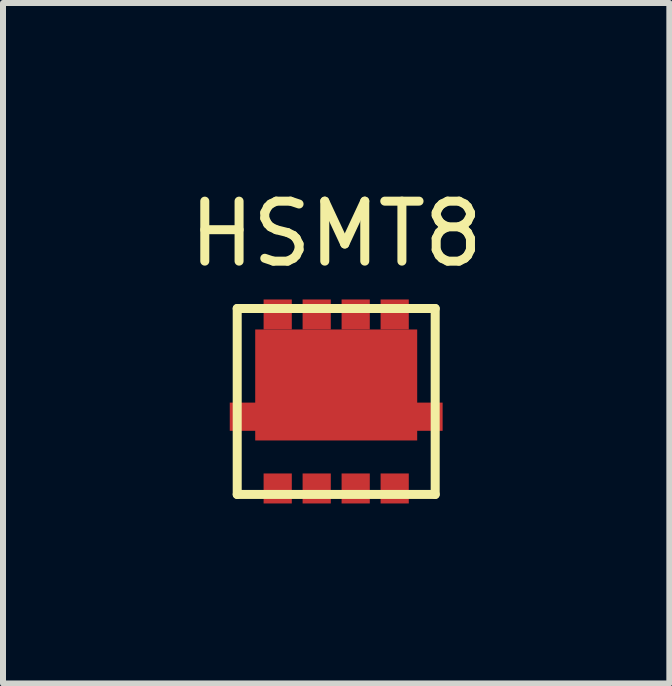
<source format=kicad_pcb>
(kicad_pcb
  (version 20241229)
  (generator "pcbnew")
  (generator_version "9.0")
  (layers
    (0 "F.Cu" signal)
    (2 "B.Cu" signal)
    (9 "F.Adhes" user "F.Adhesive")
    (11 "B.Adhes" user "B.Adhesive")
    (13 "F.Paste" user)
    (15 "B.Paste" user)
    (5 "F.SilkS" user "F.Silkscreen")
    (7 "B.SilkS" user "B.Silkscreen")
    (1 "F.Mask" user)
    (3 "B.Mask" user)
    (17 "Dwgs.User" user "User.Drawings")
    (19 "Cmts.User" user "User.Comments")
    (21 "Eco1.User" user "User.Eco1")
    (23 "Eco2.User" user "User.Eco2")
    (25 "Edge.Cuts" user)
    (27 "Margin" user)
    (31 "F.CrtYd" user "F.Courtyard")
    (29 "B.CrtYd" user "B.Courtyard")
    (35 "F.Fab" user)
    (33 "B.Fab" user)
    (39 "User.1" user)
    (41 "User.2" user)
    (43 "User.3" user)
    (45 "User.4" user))
  (footprint "HSMT8"
    (layer "F.Cu")
    (at 2.554 3.642)
    (property "Reference" "HSMT8" (at 0 -2.794 0) (layer "F.SilkS") (effects (font (size 1 1) (thickness 0.15))))
    (attr through_hole)
    (fp_line (start -1.65 -1.55) (end -1.65 1.55) (stroke (width 0.15) (type solid)) (layer "F.SilkS"))
    (fp_line (start -1.65 1.55) (end 1.65 1.55) (stroke (width 0.15) (type solid)) (layer "F.SilkS"))
    (fp_line (start 1.65 -1.55) (end -1.65 -1.55) (stroke (width 0.15) (type solid)) (layer "F.SilkS"))
    (fp_line (start 1.65 1.55) (end 1.65 -1.55) (stroke (width 0.15) (type solid)) (layer "F.SilkS"))
    (pad "1" smd rect (at -0.975 1.45) (size 0.47 0.5) (layers "F.Cu" "F.Mask" "F.Paste"))
    (pad "2" smd rect (at -0.325 1.45) (size 0.47 0.5) (layers "F.Cu" "F.Mask" "F.Paste"))
    (pad "3" smd rect (at 0.325 1.45) (size 0.47 0.5) (layers "F.Cu" "F.Mask" "F.Paste"))
    (pad "4" smd rect (at 0.975 1.45) (size 0.47 0.5) (layers "F.Cu" "F.Mask" "F.Paste"))
    (pad "5" smd rect (at -1.524 0.254 90) (size 0.47 0.5) (layers "F.Cu" "F.Mask" "F.Paste"))
    (pad "5" smd rect (at -0.975 -1.45) (size 0.47 0.5) (layers "F.Cu" "F.Mask" "F.Paste"))
    (pad "5" smd rect (at -0.325 -1.45) (size 0.47 0.5) (layers "F.Cu" "F.Mask" "F.Paste"))
    (pad "5" smd rect (at 0 -0.275) (size 2.7 1.85) (layers "F.Cu" "F.Mask" "F.Paste"))
    (pad "5" smd rect (at 0.325 -1.45) (size 0.47 0.5) (layers "F.Cu" "F.Mask" "F.Paste"))
    (pad "5" smd rect (at 0.975 -1.45) (size 0.47 0.5) (layers "F.Cu" "F.Mask" "F.Paste"))
    (pad "5" smd rect (at 1.524 0.254 90) (size 0.47 0.5) (layers "F.Cu" "F.Mask" "F.Paste")))
  (gr_rect
    (start -3 -3)
    (end 8.107 8.342)
    (stroke (width 0.1) (type default))
    (fill no)
    (layer "Edge.Cuts")))
</source>
